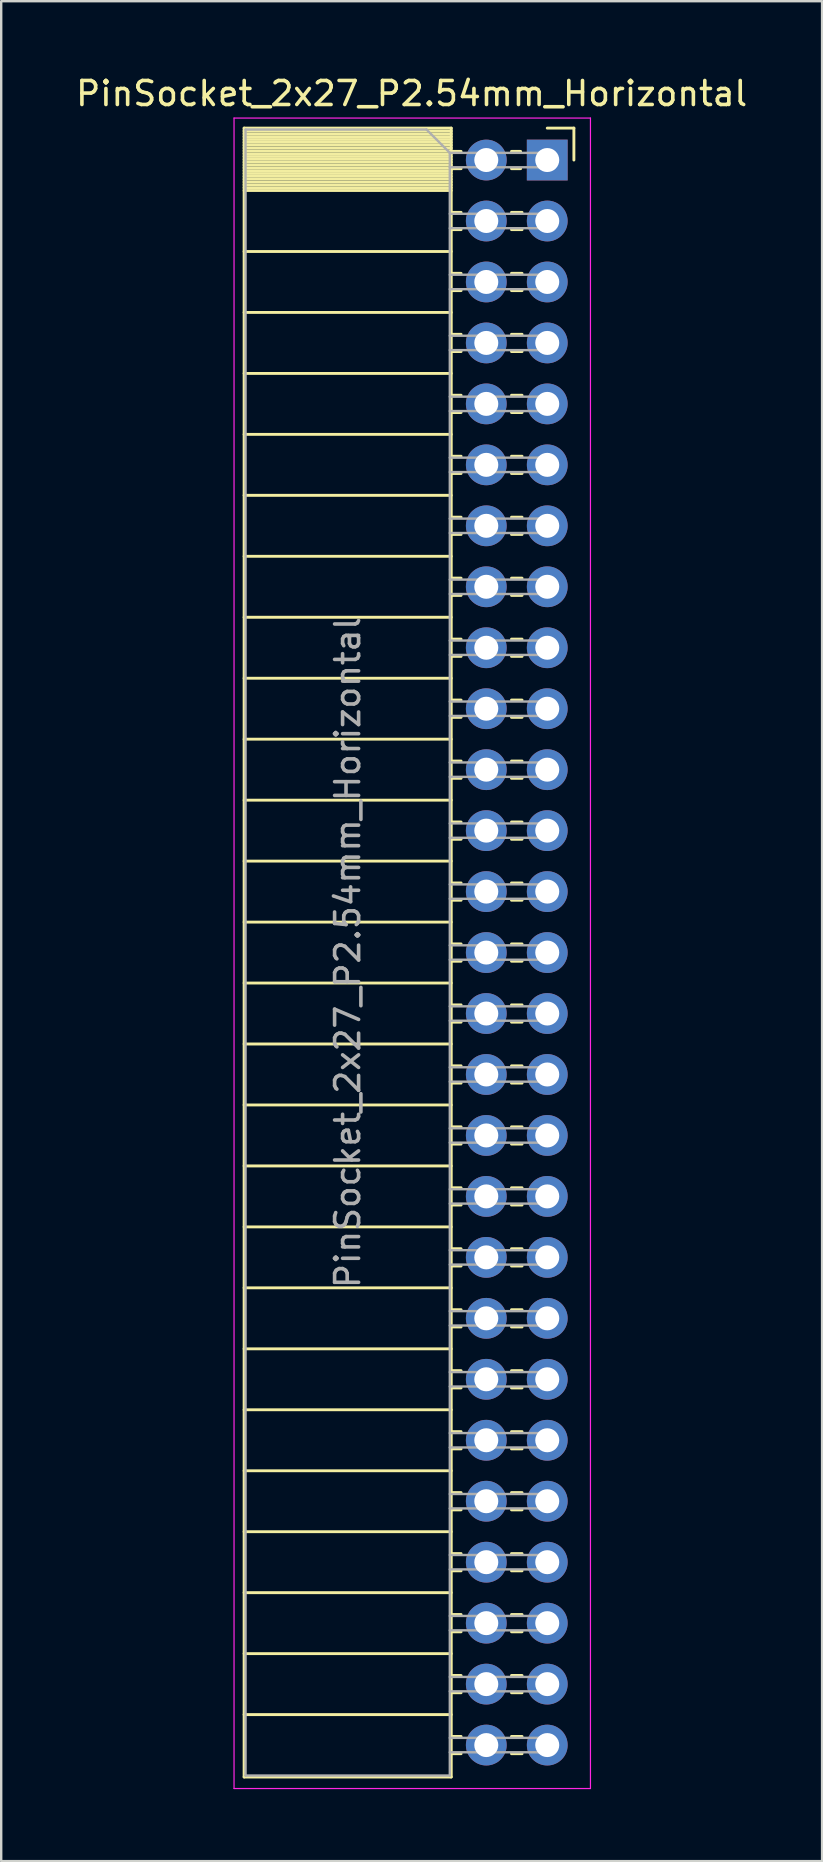
<source format=kicad_pcb>
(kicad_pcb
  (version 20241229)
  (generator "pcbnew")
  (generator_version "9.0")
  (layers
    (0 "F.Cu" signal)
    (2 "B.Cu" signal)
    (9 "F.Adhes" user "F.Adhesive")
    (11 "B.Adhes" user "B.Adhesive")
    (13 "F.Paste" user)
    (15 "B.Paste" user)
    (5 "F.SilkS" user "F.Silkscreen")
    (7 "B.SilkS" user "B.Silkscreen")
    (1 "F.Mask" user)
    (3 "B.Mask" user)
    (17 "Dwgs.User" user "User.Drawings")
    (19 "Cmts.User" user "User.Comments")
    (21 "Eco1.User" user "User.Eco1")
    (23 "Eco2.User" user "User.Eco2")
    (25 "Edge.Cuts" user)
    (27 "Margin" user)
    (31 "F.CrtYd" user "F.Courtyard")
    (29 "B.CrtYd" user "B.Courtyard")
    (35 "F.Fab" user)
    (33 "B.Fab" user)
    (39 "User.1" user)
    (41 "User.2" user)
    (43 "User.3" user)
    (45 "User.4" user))
  (footprint "PinSocket_2x27_P2.54mm_Horizontal"
    (layer "F.Cu")
    (at 19.751 3.618)
    (property "Reference" "PinSocket_2x27_P2.54mm_Horizontal" (at -5.65 -2.77 0) (layer "F.SilkS") (effects (font (size 1 1) (thickness 0.15))))
    (attr through_hole)
    (fp_line (start -12.63 -1.33) (end -12.63 67.37) (stroke (width 0.12) (type solid)) (layer "F.SilkS"))
    (fp_line (start -12.63 -1.33) (end -4 -1.33) (stroke (width 0.12) (type solid)) (layer "F.SilkS"))
    (fp_line (start -12.63 -1.21) (end -4 -1.21) (stroke (width 0.12) (type solid)) (layer "F.SilkS"))
    (fp_line (start -12.63 -1.092) (end -4 -1.092) (stroke (width 0.12) (type solid)) (layer "F.SilkS"))
    (fp_line (start -12.63 -0.974) (end -4 -0.974) (stroke (width 0.12) (type solid)) (layer "F.SilkS"))
    (fp_line (start -12.63 -0.856) (end -4 -0.856) (stroke (width 0.12) (type solid)) (layer "F.SilkS"))
    (fp_line (start -12.63 -0.738) (end -4 -0.738) (stroke (width 0.12) (type solid)) (layer "F.SilkS"))
    (fp_line (start -12.63 -0.62) (end -4 -0.62) (stroke (width 0.12) (type solid)) (layer "F.SilkS"))
    (fp_line (start -12.63 -0.501) (end -4 -0.501) (stroke (width 0.12) (type solid)) (layer "F.SilkS"))
    (fp_line (start -12.63 -0.383) (end -4 -0.383) (stroke (width 0.12) (type solid)) (layer "F.SilkS"))
    (fp_line (start -12.63 -0.265) (end -4 -0.265) (stroke (width 0.12) (type solid)) (layer "F.SilkS"))
    (fp_line (start -12.63 -0.147) (end -4 -0.147) (stroke (width 0.12) (type solid)) (layer "F.SilkS"))
    (fp_line (start -12.63 -0.029) (end -4 -0.029) (stroke (width 0.12) (type solid)) (layer "F.SilkS"))
    (fp_line (start -12.63 0.089) (end -4 0.089) (stroke (width 0.12) (type solid)) (layer "F.SilkS"))
    (fp_line (start -12.63 0.207) (end -4 0.207) (stroke (width 0.12) (type solid)) (layer "F.SilkS"))
    (fp_line (start -12.63 0.325) (end -4 0.325) (stroke (width 0.12) (type solid)) (layer "F.SilkS"))
    (fp_line (start -12.63 0.443) (end -4 0.443) (stroke (width 0.12) (type solid)) (layer "F.SilkS"))
    (fp_line (start -12.63 0.561) (end -4 0.561) (stroke (width 0.12) (type solid)) (layer "F.SilkS"))
    (fp_line (start -12.63 0.68) (end -4 0.68) (stroke (width 0.12) (type solid)) (layer "F.SilkS"))
    (fp_line (start -12.63 0.798) (end -4 0.798) (stroke (width 0.12) (type solid)) (layer "F.SilkS"))
    (fp_line (start -12.63 0.916) (end -4 0.916) (stroke (width 0.12) (type solid)) (layer "F.SilkS"))
    (fp_line (start -12.63 1.034) (end -4 1.034) (stroke (width 0.12) (type solid)) (layer "F.SilkS"))
    (fp_line (start -12.63 1.152) (end -4 1.152) (stroke (width 0.12) (type solid)) (layer "F.SilkS"))
    (fp_line (start -12.63 1.27) (end -4 1.27) (stroke (width 0.12) (type solid)) (layer "F.SilkS"))
    (fp_line (start -12.63 3.81) (end -4 3.81) (stroke (width 0.12) (type solid)) (layer "F.SilkS"))
    (fp_line (start -12.63 6.35) (end -4 6.35) (stroke (width 0.12) (type solid)) (layer "F.SilkS"))
    (fp_line (start -12.63 8.89) (end -4 8.89) (stroke (width 0.12) (type solid)) (layer "F.SilkS"))
    (fp_line (start -12.63 11.43) (end -4 11.43) (stroke (width 0.12) (type solid)) (layer "F.SilkS"))
    (fp_line (start -12.63 13.97) (end -4 13.97) (stroke (width 0.12) (type solid)) (layer "F.SilkS"))
    (fp_line (start -12.63 16.51) (end -4 16.51) (stroke (width 0.12) (type solid)) (layer "F.SilkS"))
    (fp_line (start -12.63 19.05) (end -4 19.05) (stroke (width 0.12) (type solid)) (layer "F.SilkS"))
    (fp_line (start -12.63 21.59) (end -4 21.59) (stroke (width 0.12) (type solid)) (layer "F.SilkS"))
    (fp_line (start -12.63 24.13) (end -4 24.13) (stroke (width 0.12) (type solid)) (layer "F.SilkS"))
    (fp_line (start -12.63 26.67) (end -4 26.67) (stroke (width 0.12) (type solid)) (layer "F.SilkS"))
    (fp_line (start -12.63 29.21) (end -4 29.21) (stroke (width 0.12) (type solid)) (layer "F.SilkS"))
    (fp_line (start -12.63 31.75) (end -4 31.75) (stroke (width 0.12) (type solid)) (layer "F.SilkS"))
    (fp_line (start -12.63 34.29) (end -4 34.29) (stroke (width 0.12) (type solid)) (layer "F.SilkS"))
    (fp_line (start -12.63 36.83) (end -4 36.83) (stroke (width 0.12) (type solid)) (layer "F.SilkS"))
    (fp_line (start -12.63 39.37) (end -4 39.37) (stroke (width 0.12) (type solid)) (layer "F.SilkS"))
    (fp_line (start -12.63 41.91) (end -4 41.91) (stroke (width 0.12) (type solid)) (layer "F.SilkS"))
    (fp_line (start -12.63 44.45) (end -4 44.45) (stroke (width 0.12) (type solid)) (layer "F.SilkS"))
    (fp_line (start -12.63 46.99) (end -4 46.99) (stroke (width 0.12) (type solid)) (layer "F.SilkS"))
    (fp_line (start -12.63 49.53) (end -4 49.53) (stroke (width 0.12) (type solid)) (layer "F.SilkS"))
    (fp_line (start -12.63 52.07) (end -4 52.07) (stroke (width 0.12) (type solid)) (layer "F.SilkS"))
    (fp_line (start -12.63 54.61) (end -4 54.61) (stroke (width 0.12) (type solid)) (layer "F.SilkS"))
    (fp_line (start -12.63 57.15) (end -4 57.15) (stroke (width 0.12) (type solid)) (layer "F.SilkS"))
    (fp_line (start -12.63 59.69) (end -4 59.69) (stroke (width 0.12) (type solid)) (layer "F.SilkS"))
    (fp_line (start -12.63 62.23) (end -4 62.23) (stroke (width 0.12) (type solid)) (layer "F.SilkS"))
    (fp_line (start -12.63 64.77) (end -4 64.77) (stroke (width 0.12) (type solid)) (layer "F.SilkS"))
    (fp_line (start -12.63 67.37) (end -4 67.37) (stroke (width 0.12) (type solid)) (layer "F.SilkS"))
    (fp_line (start -4 -1.33) (end -4 67.37) (stroke (width 0.12) (type solid)) (layer "F.SilkS"))
    (fp_line (start -4 -0.36) (end -3.59 -0.36) (stroke (width 0.12) (type solid)) (layer "F.SilkS"))
    (fp_line (start -4 0.36) (end -3.59 0.36) (stroke (width 0.12) (type solid)) (layer "F.SilkS"))
    (fp_line (start -4 2.18) (end -3.59 2.18) (stroke (width 0.12) (type solid)) (layer "F.SilkS"))
    (fp_line (start -4 2.9) (end -3.59 2.9) (stroke (width 0.12) (type solid)) (layer "F.SilkS"))
    (fp_line (start -4 4.72) (end -3.59 4.72) (stroke (width 0.12) (type solid)) (layer "F.SilkS"))
    (fp_line (start -4 5.44) (end -3.59 5.44) (stroke (width 0.12) (type solid)) (layer "F.SilkS"))
    (fp_line (start -4 7.26) (end -3.59 7.26) (stroke (width 0.12) (type solid)) (layer "F.SilkS"))
    (fp_line (start -4 7.98) (end -3.59 7.98) (stroke (width 0.12) (type solid)) (layer "F.SilkS"))
    (fp_line (start -4 9.8) (end -3.59 9.8) (stroke (width 0.12) (type solid)) (layer "F.SilkS"))
    (fp_line (start -4 10.52) (end -3.59 10.52) (stroke (width 0.12) (type solid)) (layer "F.SilkS"))
    (fp_line (start -4 12.34) (end -3.59 12.34) (stroke (width 0.12) (type solid)) (layer "F.SilkS"))
    (fp_line (start -4 13.06) (end -3.59 13.06) (stroke (width 0.12) (type solid)) (layer "F.SilkS"))
    (fp_line (start -4 14.88) (end -3.59 14.88) (stroke (width 0.12) (type solid)) (layer "F.SilkS"))
    (fp_line (start -4 15.6) (end -3.59 15.6) (stroke (width 0.12) (type solid)) (layer "F.SilkS"))
    (fp_line (start -4 17.42) (end -3.59 17.42) (stroke (width 0.12) (type solid)) (layer "F.SilkS"))
    (fp_line (start -4 18.14) (end -3.59 18.14) (stroke (width 0.12) (type solid)) (layer "F.SilkS"))
    (fp_line (start -4 19.96) (end -3.59 19.96) (stroke (width 0.12) (type solid)) (layer "F.SilkS"))
    (fp_line (start -4 20.68) (end -3.59 20.68) (stroke (width 0.12) (type solid)) (layer "F.SilkS"))
    (fp_line (start -4 22.5) (end -3.59 22.5) (stroke (width 0.12) (type solid)) (layer "F.SilkS"))
    (fp_line (start -4 23.22) (end -3.59 23.22) (stroke (width 0.12) (type solid)) (layer "F.SilkS"))
    (fp_line (start -4 25.04) (end -3.59 25.04) (stroke (width 0.12) (type solid)) (layer "F.SilkS"))
    (fp_line (start -4 25.76) (end -3.59 25.76) (stroke (width 0.12) (type solid)) (layer "F.SilkS"))
    (fp_line (start -4 27.58) (end -3.59 27.58) (stroke (width 0.12) (type solid)) (layer "F.SilkS"))
    (fp_line (start -4 28.3) (end -3.59 28.3) (stroke (width 0.12) (type solid)) (layer "F.SilkS"))
    (fp_line (start -4 30.12) (end -3.59 30.12) (stroke (width 0.12) (type solid)) (layer "F.SilkS"))
    (fp_line (start -4 30.84) (end -3.59 30.84) (stroke (width 0.12) (type solid)) (layer "F.SilkS"))
    (fp_line (start -4 32.66) (end -3.59 32.66) (stroke (width 0.12) (type solid)) (layer "F.SilkS"))
    (fp_line (start -4 33.38) (end -3.59 33.38) (stroke (width 0.12) (type solid)) (layer "F.SilkS"))
    (fp_line (start -4 35.2) (end -3.59 35.2) (stroke (width 0.12) (type solid)) (layer "F.SilkS"))
    (fp_line (start -4 35.92) (end -3.59 35.92) (stroke (width 0.12) (type solid)) (layer "F.SilkS"))
    (fp_line (start -4 37.74) (end -3.59 37.74) (stroke (width 0.12) (type solid)) (layer "F.SilkS"))
    (fp_line (start -4 38.46) (end -3.59 38.46) (stroke (width 0.12) (type solid)) (layer "F.SilkS"))
    (fp_line (start -4 40.28) (end -3.59 40.28) (stroke (width 0.12) (type solid)) (layer "F.SilkS"))
    (fp_line (start -4 41) (end -3.59 41) (stroke (width 0.12) (type solid)) (layer "F.SilkS"))
    (fp_line (start -4 42.82) (end -3.59 42.82) (stroke (width 0.12) (type solid)) (layer "F.SilkS"))
    (fp_line (start -4 43.54) (end -3.59 43.54) (stroke (width 0.12) (type solid)) (layer "F.SilkS"))
    (fp_line (start -4 45.36) (end -3.59 45.36) (stroke (width 0.12) (type solid)) (layer "F.SilkS"))
    (fp_line (start -4 46.08) (end -3.59 46.08) (stroke (width 0.12) (type solid)) (layer "F.SilkS"))
    (fp_line (start -4 47.9) (end -3.59 47.9) (stroke (width 0.12) (type solid)) (layer "F.SilkS"))
    (fp_line (start -4 48.62) (end -3.59 48.62) (stroke (width 0.12) (type solid)) (layer "F.SilkS"))
    (fp_line (start -4 50.44) (end -3.59 50.44) (stroke (width 0.12) (type solid)) (layer "F.SilkS"))
    (fp_line (start -4 51.16) (end -3.59 51.16) (stroke (width 0.12) (type solid)) (layer "F.SilkS"))
    (fp_line (start -4 52.98) (end -3.59 52.98) (stroke (width 0.12) (type solid)) (layer "F.SilkS"))
    (fp_line (start -4 53.7) (end -3.59 53.7) (stroke (width 0.12) (type solid)) (layer "F.SilkS"))
    (fp_line (start -4 55.52) (end -3.59 55.52) (stroke (width 0.12) (type solid)) (layer "F.SilkS"))
    (fp_line (start -4 56.24) (end -3.59 56.24) (stroke (width 0.12) (type solid)) (layer "F.SilkS"))
    (fp_line (start -4 58.06) (end -3.59 58.06) (stroke (width 0.12) (type solid)) (layer "F.SilkS"))
    (fp_line (start -4 58.78) (end -3.59 58.78) (stroke (width 0.12) (type solid)) (layer "F.SilkS"))
    (fp_line (start -4 60.6) (end -3.59 60.6) (stroke (width 0.12) (type solid)) (layer "F.SilkS"))
    (fp_line (start -4 61.32) (end -3.59 61.32) (stroke (width 0.12) (type solid)) (layer "F.SilkS"))
    (fp_line (start -4 63.14) (end -3.59 63.14) (stroke (width 0.12) (type solid)) (layer "F.SilkS"))
    (fp_line (start -4 63.86) (end -3.59 63.86) (stroke (width 0.12) (type solid)) (layer "F.SilkS"))
    (fp_line (start -4 65.68) (end -3.59 65.68) (stroke (width 0.12) (type solid)) (layer "F.SilkS"))
    (fp_line (start -4 66.4) (end -3.59 66.4) (stroke (width 0.12) (type solid)) (layer "F.SilkS"))
    (fp_line (start -1.49 -0.36) (end -1.11 -0.36) (stroke (width 0.12) (type solid)) (layer "F.SilkS"))
    (fp_line (start -1.49 0.36) (end -1.11 0.36) (stroke (width 0.12) (type solid)) (layer "F.SilkS"))
    (fp_line (start -1.49 2.18) (end -1.05 2.18) (stroke (width 0.12) (type solid)) (layer "F.SilkS"))
    (fp_line (start -1.49 2.9) (end -1.05 2.9) (stroke (width 0.12) (type solid)) (layer "F.SilkS"))
    (fp_line (start -1.49 4.72) (end -1.05 4.72) (stroke (width 0.12) (type solid)) (layer "F.SilkS"))
    (fp_line (start -1.49 5.44) (end -1.05 5.44) (stroke (width 0.12) (type solid)) (layer "F.SilkS"))
    (fp_line (start -1.49 7.26) (end -1.05 7.26) (stroke (width 0.12) (type solid)) (layer "F.SilkS"))
    (fp_line (start -1.49 7.98) (end -1.05 7.98) (stroke (width 0.12) (type solid)) (layer "F.SilkS"))
    (fp_line (start -1.49 9.8) (end -1.05 9.8) (stroke (width 0.12) (type solid)) (layer "F.SilkS"))
    (fp_line (start -1.49 10.52) (end -1.05 10.52) (stroke (width 0.12) (type solid)) (layer "F.SilkS"))
    (fp_line (start -1.49 12.34) (end -1.05 12.34) (stroke (width 0.12) (type solid)) (layer "F.SilkS"))
    (fp_line (start -1.49 13.06) (end -1.05 13.06) (stroke (width 0.12) (type solid)) (layer "F.SilkS"))
    (fp_line (start -1.49 14.88) (end -1.05 14.88) (stroke (width 0.12) (type solid)) (layer "F.SilkS"))
    (fp_line (start -1.49 15.6) (end -1.05 15.6) (stroke (width 0.12) (type solid)) (layer "F.SilkS"))
    (fp_line (start -1.49 17.42) (end -1.05 17.42) (stroke (width 0.12) (type solid)) (layer "F.SilkS"))
    (fp_line (start -1.49 18.14) (end -1.05 18.14) (stroke (width 0.12) (type solid)) (layer "F.SilkS"))
    (fp_line (start -1.49 19.96) (end -1.05 19.96) (stroke (width 0.12) (type solid)) (layer "F.SilkS"))
    (fp_line (start -1.49 20.68) (end -1.05 20.68) (stroke (width 0.12) (type solid)) (layer "F.SilkS"))
    (fp_line (start -1.49 22.5) (end -1.05 22.5) (stroke (width 0.12) (type solid)) (layer "F.SilkS"))
    (fp_line (start -1.49 23.22) (end -1.05 23.22) (stroke (width 0.12) (type solid)) (layer "F.SilkS"))
    (fp_line (start -1.49 25.04) (end -1.05 25.04) (stroke (width 0.12) (type solid)) (layer "F.SilkS"))
    (fp_line (start -1.49 25.76) (end -1.05 25.76) (stroke (width 0.12) (type solid)) (layer "F.SilkS"))
    (fp_line (start -1.49 27.58) (end -1.05 27.58) (stroke (width 0.12) (type solid)) (layer "F.SilkS"))
    (fp_line (start -1.49 28.3) (end -1.05 28.3) (stroke (width 0.12) (type solid)) (layer "F.SilkS"))
    (fp_line (start -1.49 30.12) (end -1.05 30.12) (stroke (width 0.12) (type solid)) (layer "F.SilkS"))
    (fp_line (start -1.49 30.84) (end -1.05 30.84) (stroke (width 0.12) (type solid)) (layer "F.SilkS"))
    (fp_line (start -1.49 32.66) (end -1.05 32.66) (stroke (width 0.12) (type solid)) (layer "F.SilkS"))
    (fp_line (start -1.49 33.38) (end -1.05 33.38) (stroke (width 0.12) (type solid)) (layer "F.SilkS"))
    (fp_line (start -1.49 35.2) (end -1.05 35.2) (stroke (width 0.12) (type solid)) (layer "F.SilkS"))
    (fp_line (start -1.49 35.92) (end -1.05 35.92) (stroke (width 0.12) (type solid)) (layer "F.SilkS"))
    (fp_line (start -1.49 37.74) (end -1.05 37.74) (stroke (width 0.12) (type solid)) (layer "F.SilkS"))
    (fp_line (start -1.49 38.46) (end -1.05 38.46) (stroke (width 0.12) (type solid)) (layer "F.SilkS"))
    (fp_line (start -1.49 40.28) (end -1.05 40.28) (stroke (width 0.12) (type solid)) (layer "F.SilkS"))
    (fp_line (start -1.49 41) (end -1.05 41) (stroke (width 0.12) (type solid)) (layer "F.SilkS"))
    (fp_line (start -1.49 42.82) (end -1.05 42.82) (stroke (width 0.12) (type solid)) (layer "F.SilkS"))
    (fp_line (start -1.49 43.54) (end -1.05 43.54) (stroke (width 0.12) (type solid)) (layer "F.SilkS"))
    (fp_line (start -1.49 45.36) (end -1.05 45.36) (stroke (width 0.12) (type solid)) (layer "F.SilkS"))
    (fp_line (start -1.49 46.08) (end -1.05 46.08) (stroke (width 0.12) (type solid)) (layer "F.SilkS"))
    (fp_line (start -1.49 47.9) (end -1.05 47.9) (stroke (width 0.12) (type solid)) (layer "F.SilkS"))
    (fp_line (start -1.49 48.62) (end -1.05 48.62) (stroke (width 0.12) (type solid)) (layer "F.SilkS"))
    (fp_line (start -1.49 50.44) (end -1.05 50.44) (stroke (width 0.12) (type solid)) (layer "F.SilkS"))
    (fp_line (start -1.49 51.16) (end -1.05 51.16) (stroke (width 0.12) (type solid)) (layer "F.SilkS"))
    (fp_line (start -1.49 52.98) (end -1.05 52.98) (stroke (width 0.12) (type solid)) (layer "F.SilkS"))
    (fp_line (start -1.49 53.7) (end -1.05 53.7) (stroke (width 0.12) (type solid)) (layer "F.SilkS"))
    (fp_line (start -1.49 55.52) (end -1.05 55.52) (stroke (width 0.12) (type solid)) (layer "F.SilkS"))
    (fp_line (start -1.49 56.24) (end -1.05 56.24) (stroke (width 0.12) (type solid)) (layer "F.SilkS"))
    (fp_line (start -1.49 58.06) (end -1.05 58.06) (stroke (width 0.12) (type solid)) (layer "F.SilkS"))
    (fp_line (start -1.49 58.78) (end -1.05 58.78) (stroke (width 0.12) (type solid)) (layer "F.SilkS"))
    (fp_line (start -1.49 60.6) (end -1.05 60.6) (stroke (width 0.12) (type solid)) (layer "F.SilkS"))
    (fp_line (start -1.49 61.32) (end -1.05 61.32) (stroke (width 0.12) (type solid)) (layer "F.SilkS"))
    (fp_line (start -1.49 63.14) (end -1.05 63.14) (stroke (width 0.12) (type solid)) (layer "F.SilkS"))
    (fp_line (start -1.49 63.86) (end -1.05 63.86) (stroke (width 0.12) (type solid)) (layer "F.SilkS"))
    (fp_line (start -1.49 65.68) (end -1.05 65.68) (stroke (width 0.12) (type solid)) (layer "F.SilkS"))
    (fp_line (start -1.49 66.4) (end -1.05 66.4) (stroke (width 0.12) (type solid)) (layer "F.SilkS"))
    (fp_line (start 0 -1.33) (end 1.11 -1.33) (stroke (width 0.12) (type solid)) (layer "F.SilkS"))
    (fp_line (start 1.11 -1.33) (end 1.11 0) (stroke (width 0.12) (type solid)) (layer "F.SilkS"))
    (fp_line (start -13.05 -1.75) (end -13.05 67.85) (stroke (width 0.05) (type solid)) (layer "F.CrtYd"))
    (fp_line (start -13.05 67.85) (end 1.8 67.85) (stroke (width 0.05) (type solid)) (layer "F.CrtYd"))
    (fp_line (start 1.8 -1.75) (end -13.05 -1.75) (stroke (width 0.05) (type solid)) (layer "F.CrtYd"))
    (fp_line (start 1.8 67.85) (end 1.8 -1.75) (stroke (width 0.05) (type solid)) (layer "F.CrtYd"))
    (fp_line (start -12.57 -1.27) (end -5.03 -1.27) (stroke (width 0.1) (type solid)) (layer "F.Fab"))
    (fp_line (start -12.57 67.31) (end -12.57 -1.27) (stroke (width 0.1) (type solid)) (layer "F.Fab"))
    (fp_line (start -5.03 -1.27) (end -4.06 -0.3) (stroke (width 0.1) (type solid)) (layer "F.Fab"))
    (fp_line (start -4.06 -0.3) (end -4.06 67.31) (stroke (width 0.1) (type solid)) (layer "F.Fab"))
    (fp_line (start -4.06 0.3) (end 0 0.3) (stroke (width 0.1) (type solid)) (layer "F.Fab"))
    (fp_line (start -4.06 2.84) (end 0 2.84) (stroke (width 0.1) (type solid)) (layer "F.Fab"))
    (fp_line (start -4.06 5.38) (end 0 5.38) (stroke (width 0.1) (type solid)) (layer "F.Fab"))
    (fp_line (start -4.06 7.92) (end 0 7.92) (stroke (width 0.1) (type solid)) (layer "F.Fab"))
    (fp_line (start -4.06 10.46) (end 0 10.46) (stroke (width 0.1) (type solid)) (layer "F.Fab"))
    (fp_line (start -4.06 13) (end 0 13) (stroke (width 0.1) (type solid)) (layer "F.Fab"))
    (fp_line (start -4.06 15.54) (end 0 15.54) (stroke (width 0.1) (type solid)) (layer "F.Fab"))
    (fp_line (start -4.06 18.08) (end 0 18.08) (stroke (width 0.1) (type solid)) (layer "F.Fab"))
    (fp_line (start -4.06 20.62) (end 0 20.62) (stroke (width 0.1) (type solid)) (layer "F.Fab"))
    (fp_line (start -4.06 23.16) (end 0 23.16) (stroke (width 0.1) (type solid)) (layer "F.Fab"))
    (fp_line (start -4.06 25.7) (end 0 25.7) (stroke (width 0.1) (type solid)) (layer "F.Fab"))
    (fp_line (start -4.06 28.24) (end 0 28.24) (stroke (width 0.1) (type solid)) (layer "F.Fab"))
    (fp_line (start -4.06 30.78) (end 0 30.78) (stroke (width 0.1) (type solid)) (layer "F.Fab"))
    (fp_line (start -4.06 33.32) (end 0 33.32) (stroke (width 0.1) (type solid)) (layer "F.Fab"))
    (fp_line (start -4.06 35.86) (end 0 35.86) (stroke (width 0.1) (type solid)) (layer "F.Fab"))
    (fp_line (start -4.06 38.4) (end 0 38.4) (stroke (width 0.1) (type solid)) (layer "F.Fab"))
    (fp_line (start -4.06 40.94) (end 0 40.94) (stroke (width 0.1) (type solid)) (layer "F.Fab"))
    (fp_line (start -4.06 43.48) (end 0 43.48) (stroke (width 0.1) (type solid)) (layer "F.Fab"))
    (fp_line (start -4.06 46.02) (end 0 46.02) (stroke (width 0.1) (type solid)) (layer "F.Fab"))
    (fp_line (start -4.06 48.56) (end 0 48.56) (stroke (width 0.1) (type solid)) (layer "F.Fab"))
    (fp_line (start -4.06 51.1) (end 0 51.1) (stroke (width 0.1) (type solid)) (layer "F.Fab"))
    (fp_line (start -4.06 53.64) (end 0 53.64) (stroke (width 0.1) (type solid)) (layer "F.Fab"))
    (fp_line (start -4.06 56.18) (end 0 56.18) (stroke (width 0.1) (type solid)) (layer "F.Fab"))
    (fp_line (start -4.06 58.72) (end 0 58.72) (stroke (width 0.1) (type solid)) (layer "F.Fab"))
    (fp_line (start -4.06 61.26) (end 0 61.26) (stroke (width 0.1) (type solid)) (layer "F.Fab"))
    (fp_line (start -4.06 63.8) (end 0 63.8) (stroke (width 0.1) (type solid)) (layer "F.Fab"))
    (fp_line (start -4.06 66.34) (end 0 66.34) (stroke (width 0.1) (type solid)) (layer "F.Fab"))
    (fp_line (start -4.06 67.31) (end -12.57 67.31) (stroke (width 0.1) (type solid)) (layer "F.Fab"))
    (fp_line (start 0 -0.3) (end -4.06 -0.3) (stroke (width 0.1) (type solid)) (layer "F.Fab"))
    (fp_line (start 0 0.3) (end 0 -0.3) (stroke (width 0.1) (type solid)) (layer "F.Fab"))
    (fp_line (start 0 2.24) (end -4.06 2.24) (stroke (width 0.1) (type solid)) (layer "F.Fab"))
    (fp_line (start 0 2.84) (end 0 2.24) (stroke (width 0.1) (type solid)) (layer "F.Fab"))
    (fp_line (start 0 4.78) (end -4.06 4.78) (stroke (width 0.1) (type solid)) (layer "F.Fab"))
    (fp_line (start 0 5.38) (end 0 4.78) (stroke (width 0.1) (type solid)) (layer "F.Fab"))
    (fp_line (start 0 7.32) (end -4.06 7.32) (stroke (width 0.1) (type solid)) (layer "F.Fab"))
    (fp_line (start 0 7.92) (end 0 7.32) (stroke (width 0.1) (type solid)) (layer "F.Fab"))
    (fp_line (start 0 9.86) (end -4.06 9.86) (stroke (width 0.1) (type solid)) (layer "F.Fab"))
    (fp_line (start 0 10.46) (end 0 9.86) (stroke (width 0.1) (type solid)) (layer "F.Fab"))
    (fp_line (start 0 12.4) (end -4.06 12.4) (stroke (width 0.1) (type solid)) (layer "F.Fab"))
    (fp_line (start 0 13) (end 0 12.4) (stroke (width 0.1) (type solid)) (layer "F.Fab"))
    (fp_line (start 0 14.94) (end -4.06 14.94) (stroke (width 0.1) (type solid)) (layer "F.Fab"))
    (fp_line (start 0 15.54) (end 0 14.94) (stroke (width 0.1) (type solid)) (layer "F.Fab"))
    (fp_line (start 0 17.48) (end -4.06 17.48) (stroke (width 0.1) (type solid)) (layer "F.Fab"))
    (fp_line (start 0 18.08) (end 0 17.48) (stroke (width 0.1) (type solid)) (layer "F.Fab"))
    (fp_line (start 0 20.02) (end -4.06 20.02) (stroke (width 0.1) (type solid)) (layer "F.Fab"))
    (fp_line (start 0 20.62) (end 0 20.02) (stroke (width 0.1) (type solid)) (layer "F.Fab"))
    (fp_line (start 0 22.56) (end -4.06 22.56) (stroke (width 0.1) (type solid)) (layer "F.Fab"))
    (fp_line (start 0 23.16) (end 0 22.56) (stroke (width 0.1) (type solid)) (layer "F.Fab"))
    (fp_line (start 0 25.1) (end -4.06 25.1) (stroke (width 0.1) (type solid)) (layer "F.Fab"))
    (fp_line (start 0 25.7) (end 0 25.1) (stroke (width 0.1) (type solid)) (layer "F.Fab"))
    (fp_line (start 0 27.64) (end -4.06 27.64) (stroke (width 0.1) (type solid)) (layer "F.Fab"))
    (fp_line (start 0 28.24) (end 0 27.64) (stroke (width 0.1) (type solid)) (layer "F.Fab"))
    (fp_line (start 0 30.18) (end -4.06 30.18) (stroke (width 0.1) (type solid)) (layer "F.Fab"))
    (fp_line (start 0 30.78) (end 0 30.18) (stroke (width 0.1) (type solid)) (layer "F.Fab"))
    (fp_line (start 0 32.72) (end -4.06 32.72) (stroke (width 0.1) (type solid)) (layer "F.Fab"))
    (fp_line (start 0 33.32) (end 0 32.72) (stroke (width 0.1) (type solid)) (layer "F.Fab"))
    (fp_line (start 0 35.26) (end -4.06 35.26) (stroke (width 0.1) (type solid)) (layer "F.Fab"))
    (fp_line (start 0 35.86) (end 0 35.26) (stroke (width 0.1) (type solid)) (layer "F.Fab"))
    (fp_line (start 0 37.8) (end -4.06 37.8) (stroke (width 0.1) (type solid)) (layer "F.Fab"))
    (fp_line (start 0 38.4) (end 0 37.8) (stroke (width 0.1) (type solid)) (layer "F.Fab"))
    (fp_line (start 0 40.34) (end -4.06 40.34) (stroke (width 0.1) (type solid)) (layer "F.Fab"))
    (fp_line (start 0 40.94) (end 0 40.34) (stroke (width 0.1) (type solid)) (layer "F.Fab"))
    (fp_line (start 0 42.88) (end -4.06 42.88) (stroke (width 0.1) (type solid)) (layer "F.Fab"))
    (fp_line (start 0 43.48) (end 0 42.88) (stroke (width 0.1) (type solid)) (layer "F.Fab"))
    (fp_line (start 0 45.42) (end -4.06 45.42) (stroke (width 0.1) (type solid)) (layer "F.Fab"))
    (fp_line (start 0 46.02) (end 0 45.42) (stroke (width 0.1) (type solid)) (layer "F.Fab"))
    (fp_line (start 0 47.96) (end -4.06 47.96) (stroke (width 0.1) (type solid)) (layer "F.Fab"))
    (fp_line (start 0 48.56) (end 0 47.96) (stroke (width 0.1) (type solid)) (layer "F.Fab"))
    (fp_line (start 0 50.5) (end -4.06 50.5) (stroke (width 0.1) (type solid)) (layer "F.Fab"))
    (fp_line (start 0 51.1) (end 0 50.5) (stroke (width 0.1) (type solid)) (layer "F.Fab"))
    (fp_line (start 0 53.04) (end -4.06 53.04) (stroke (width 0.1) (type solid)) (layer "F.Fab"))
    (fp_line (start 0 53.64) (end 0 53.04) (stroke (width 0.1) (type solid)) (layer "F.Fab"))
    (fp_line (start 0 55.58) (end -4.06 55.58) (stroke (width 0.1) (type solid)) (layer "F.Fab"))
    (fp_line (start 0 56.18) (end 0 55.58) (stroke (width 0.1) (type solid)) (layer "F.Fab"))
    (fp_line (start 0 58.12) (end -4.06 58.12) (stroke (width 0.1) (type solid)) (layer "F.Fab"))
    (fp_line (start 0 58.72) (end 0 58.12) (stroke (width 0.1) (type solid)) (layer "F.Fab"))
    (fp_line (start 0 60.66) (end -4.06 60.66) (stroke (width 0.1) (type solid)) (layer "F.Fab"))
    (fp_line (start 0 61.26) (end 0 60.66) (stroke (width 0.1) (type solid)) (layer "F.Fab"))
    (fp_line (start 0 63.2) (end -4.06 63.2) (stroke (width 0.1) (type solid)) (layer "F.Fab"))
    (fp_line (start 0 63.8) (end 0 63.2) (stroke (width 0.1) (type solid)) (layer "F.Fab"))
    (fp_line (start 0 65.74) (end -4.06 65.74) (stroke (width 0.1) (type solid)) (layer "F.Fab"))
    (fp_line (start 0 66.34) (end 0 65.74) (stroke (width 0.1) (type solid)) (layer "F.Fab"))
    (fp_text user "${REFERENCE}" (at -8.315 33.02 90) (layer "F.Fab") (effects (font (size 1 1) (thickness 0.15))))
    (pad "1" thru_hole rect (at 0 0) (size 1.7 1.7) (drill 1) (layers "*.Cu" "*.Mask"))
    (pad "2" thru_hole oval (at -2.54 0) (size 1.7 1.7) (drill 1) (layers "*.Cu" "*.Mask"))
    (pad "3" thru_hole oval (at 0 2.54) (size 1.7 1.7) (drill 1) (layers "*.Cu" "*.Mask"))
    (pad "4" thru_hole oval (at -2.54 2.54) (size 1.7 1.7) (drill 1) (layers "*.Cu" "*.Mask"))
    (pad "5" thru_hole oval (at 0 5.08) (size 1.7 1.7) (drill 1) (layers "*.Cu" "*.Mask"))
    (pad "6" thru_hole oval (at -2.54 5.08) (size 1.7 1.7) (drill 1) (layers "*.Cu" "*.Mask"))
    (pad "7" thru_hole oval (at 0 7.62) (size 1.7 1.7) (drill 1) (layers "*.Cu" "*.Mask"))
    (pad "8" thru_hole oval (at -2.54 7.62) (size 1.7 1.7) (drill 1) (layers "*.Cu" "*.Mask"))
    (pad "9" thru_hole oval (at 0 10.16) (size 1.7 1.7) (drill 1) (layers "*.Cu" "*.Mask"))
    (pad "10" thru_hole oval (at -2.54 10.16) (size 1.7 1.7) (drill 1) (layers "*.Cu" "*.Mask"))
    (pad "11" thru_hole oval (at 0 12.7) (size 1.7 1.7) (drill 1) (layers "*.Cu" "*.Mask"))
    (pad "12" thru_hole oval (at -2.54 12.7) (size 1.7 1.7) (drill 1) (layers "*.Cu" "*.Mask"))
    (pad "13" thru_hole oval (at 0 15.24) (size 1.7 1.7) (drill 1) (layers "*.Cu" "*.Mask"))
    (pad "14" thru_hole oval (at -2.54 15.24) (size 1.7 1.7) (drill 1) (layers "*.Cu" "*.Mask"))
    (pad "15" thru_hole oval (at 0 17.78) (size 1.7 1.7) (drill 1) (layers "*.Cu" "*.Mask"))
    (pad "16" thru_hole oval (at -2.54 17.78) (size 1.7 1.7) (drill 1) (layers "*.Cu" "*.Mask"))
    (pad "17" thru_hole oval (at 0 20.32) (size 1.7 1.7) (drill 1) (layers "*.Cu" "*.Mask"))
    (pad "18" thru_hole oval (at -2.54 20.32) (size 1.7 1.7) (drill 1) (layers "*.Cu" "*.Mask"))
    (pad "19" thru_hole oval (at 0 22.86) (size 1.7 1.7) (drill 1) (layers "*.Cu" "*.Mask"))
    (pad "20" thru_hole oval (at -2.54 22.86) (size 1.7 1.7) (drill 1) (layers "*.Cu" "*.Mask"))
    (pad "21" thru_hole oval (at 0 25.4) (size 1.7 1.7) (drill 1) (layers "*.Cu" "*.Mask"))
    (pad "22" thru_hole oval (at -2.54 25.4) (size 1.7 1.7) (drill 1) (layers "*.Cu" "*.Mask"))
    (pad "23" thru_hole oval (at 0 27.94) (size 1.7 1.7) (drill 1) (layers "*.Cu" "*.Mask"))
    (pad "24" thru_hole oval (at -2.54 27.94) (size 1.7 1.7) (drill 1) (layers "*.Cu" "*.Mask"))
    (pad "25" thru_hole oval (at 0 30.48) (size 1.7 1.7) (drill 1) (layers "*.Cu" "*.Mask"))
    (pad "26" thru_hole oval (at -2.54 30.48) (size 1.7 1.7) (drill 1) (layers "*.Cu" "*.Mask"))
    (pad "27" thru_hole oval (at 0 33.02) (size 1.7 1.7) (drill 1) (layers "*.Cu" "*.Mask"))
    (pad "28" thru_hole oval (at -2.54 33.02) (size 1.7 1.7) (drill 1) (layers "*.Cu" "*.Mask"))
    (pad "29" thru_hole oval (at 0 35.56) (size 1.7 1.7) (drill 1) (layers "*.Cu" "*.Mask"))
    (pad "30" thru_hole oval (at -2.54 35.56) (size 1.7 1.7) (drill 1) (layers "*.Cu" "*.Mask"))
    (pad "31" thru_hole oval (at 0 38.1) (size 1.7 1.7) (drill 1) (layers "*.Cu" "*.Mask"))
    (pad "32" thru_hole oval (at -2.54 38.1) (size 1.7 1.7) (drill 1) (layers "*.Cu" "*.Mask"))
    (pad "33" thru_hole oval (at 0 40.64) (size 1.7 1.7) (drill 1) (layers "*.Cu" "*.Mask"))
    (pad "34" thru_hole oval (at -2.54 40.64) (size 1.7 1.7) (drill 1) (layers "*.Cu" "*.Mask"))
    (pad "35" thru_hole oval (at 0 43.18) (size 1.7 1.7) (drill 1) (layers "*.Cu" "*.Mask"))
    (pad "36" thru_hole oval (at -2.54 43.18) (size 1.7 1.7) (drill 1) (layers "*.Cu" "*.Mask"))
    (pad "37" thru_hole oval (at 0 45.72) (size 1.7 1.7) (drill 1) (layers "*.Cu" "*.Mask"))
    (pad "38" thru_hole oval (at -2.54 45.72) (size 1.7 1.7) (drill 1) (layers "*.Cu" "*.Mask"))
    (pad "39" thru_hole oval (at 0 48.26) (size 1.7 1.7) (drill 1) (layers "*.Cu" "*.Mask"))
    (pad "40" thru_hole oval (at -2.54 48.26) (size 1.7 1.7) (drill 1) (layers "*.Cu" "*.Mask"))
    (pad "41" thru_hole oval (at 0 50.8) (size 1.7 1.7) (drill 1) (layers "*.Cu" "*.Mask"))
    (pad "42" thru_hole oval (at -2.54 50.8) (size 1.7 1.7) (drill 1) (layers "*.Cu" "*.Mask"))
    (pad "43" thru_hole oval (at 0 53.34) (size 1.7 1.7) (drill 1) (layers "*.Cu" "*.Mask"))
    (pad "44" thru_hole oval (at -2.54 53.34) (size 1.7 1.7) (drill 1) (layers "*.Cu" "*.Mask"))
    (pad "45" thru_hole oval (at 0 55.88) (size 1.7 1.7) (drill 1) (layers "*.Cu" "*.Mask"))
    (pad "46" thru_hole oval (at -2.54 55.88) (size 1.7 1.7) (drill 1) (layers "*.Cu" "*.Mask"))
    (pad "47" thru_hole oval (at 0 58.42) (size 1.7 1.7) (drill 1) (layers "*.Cu" "*.Mask"))
    (pad "48" thru_hole oval (at -2.54 58.42) (size 1.7 1.7) (drill 1) (layers "*.Cu" "*.Mask"))
    (pad "49" thru_hole oval (at 0 60.96) (size 1.7 1.7) (drill 1) (layers "*.Cu" "*.Mask"))
    (pad "50" thru_hole oval (at -2.54 60.96) (size 1.7 1.7) (drill 1) (layers "*.Cu" "*.Mask"))
    (pad "51" thru_hole oval (at 0 63.5) (size 1.7 1.7) (drill 1) (layers "*.Cu" "*.Mask"))
    (pad "52" thru_hole oval (at -2.54 63.5) (size 1.7 1.7) (drill 1) (layers "*.Cu" "*.Mask"))
    (pad "53" thru_hole oval (at 0 66.04) (size 1.7 1.7) (drill 1) (layers "*.Cu" "*.Mask"))
    (pad "54" thru_hole oval (at -2.54 66.04) (size 1.7 1.7) (drill 1) (layers "*.Cu" "*.Mask")))
  (gr_rect
    (start -3 -3)
    (end 31.202 74.493)
    (stroke (width 0.1) (type default))
    (fill no)
    (layer "Edge.Cuts")))
</source>
